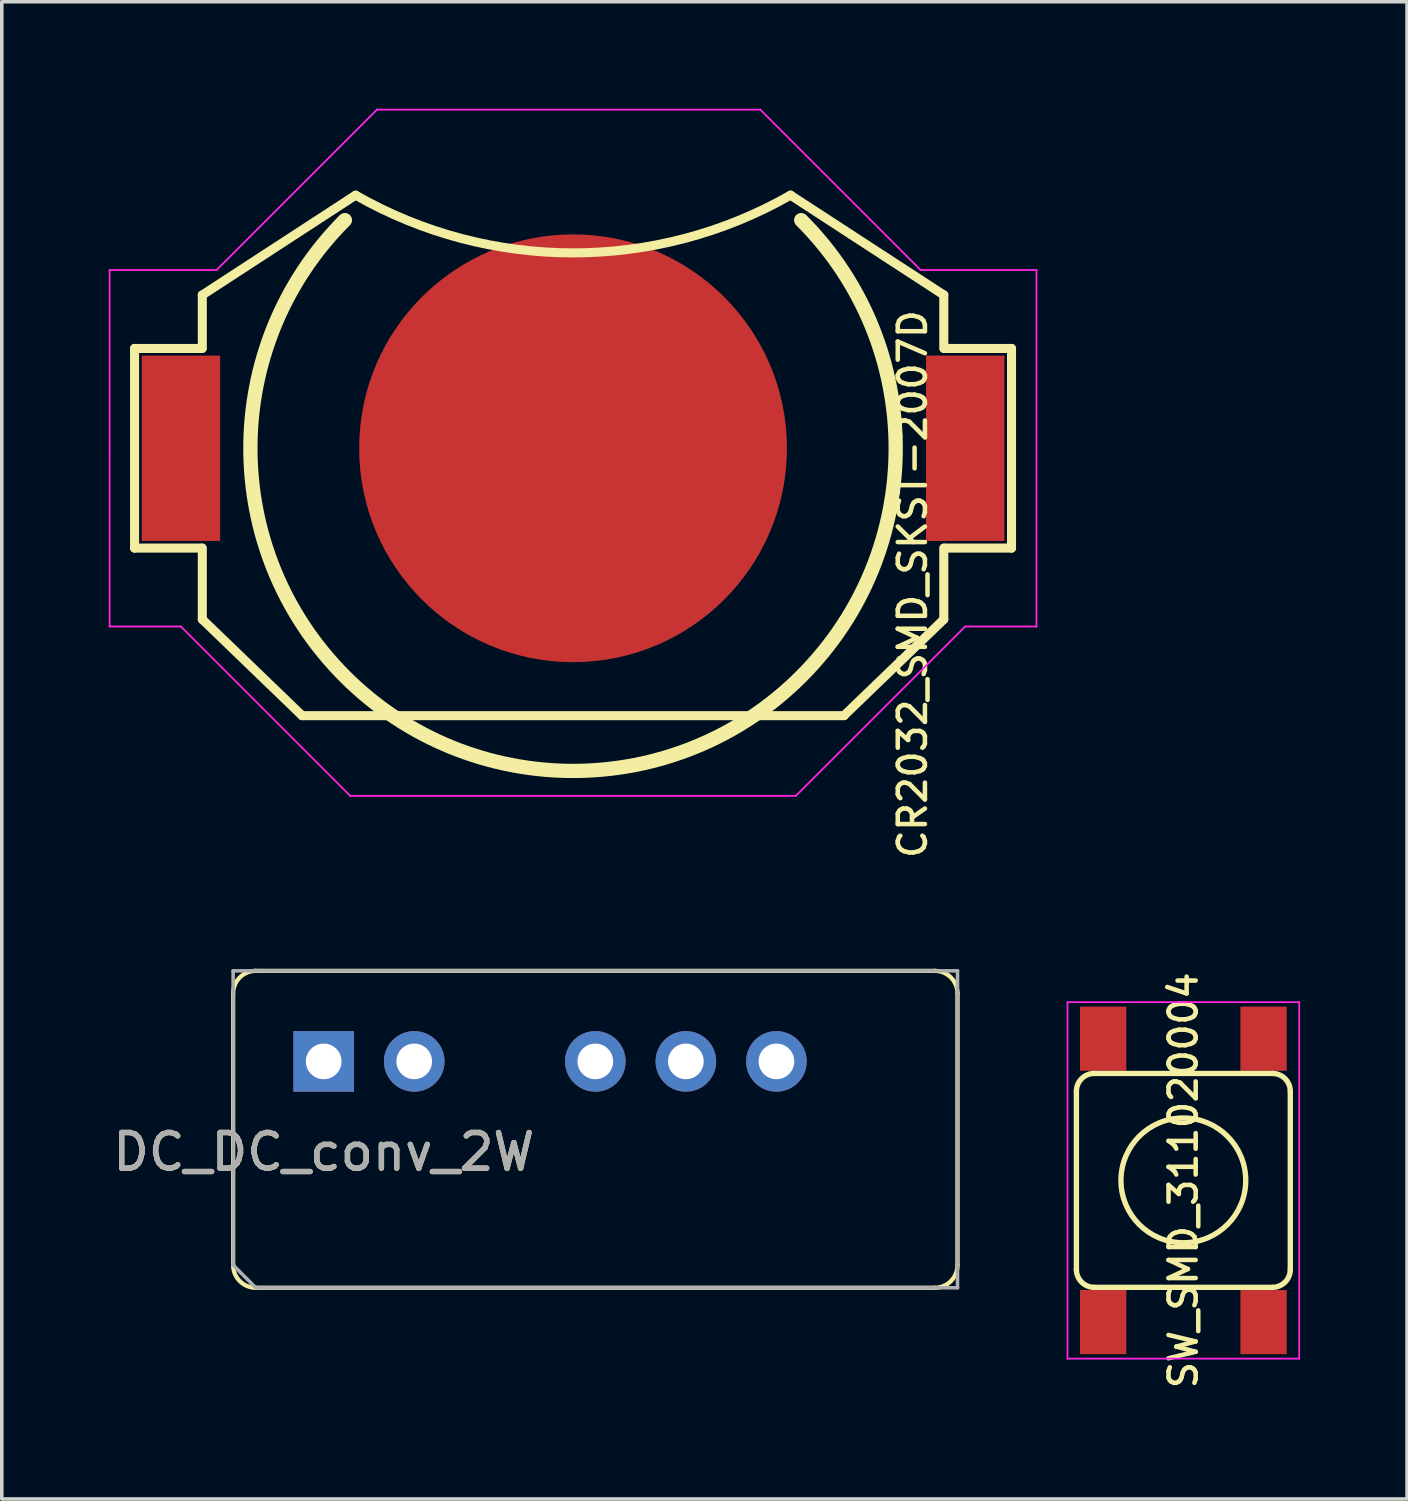
<source format=kicad_pcb>
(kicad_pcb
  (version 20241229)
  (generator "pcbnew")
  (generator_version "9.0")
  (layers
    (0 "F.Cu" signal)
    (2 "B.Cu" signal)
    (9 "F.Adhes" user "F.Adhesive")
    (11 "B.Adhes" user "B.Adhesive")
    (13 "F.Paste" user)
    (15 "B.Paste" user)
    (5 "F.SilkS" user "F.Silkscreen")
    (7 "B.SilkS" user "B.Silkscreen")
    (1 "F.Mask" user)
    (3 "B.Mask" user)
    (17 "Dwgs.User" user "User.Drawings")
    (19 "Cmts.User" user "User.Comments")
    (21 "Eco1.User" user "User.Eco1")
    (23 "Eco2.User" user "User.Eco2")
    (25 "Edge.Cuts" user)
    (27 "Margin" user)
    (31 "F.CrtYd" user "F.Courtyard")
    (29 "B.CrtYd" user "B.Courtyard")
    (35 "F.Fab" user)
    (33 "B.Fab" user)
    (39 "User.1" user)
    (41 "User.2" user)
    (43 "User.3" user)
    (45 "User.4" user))
  (footprint "SW_SMD_311020004"
    (layer "F.Cu")
    (at 30.145 30.062)
    (property "Reference" "SW_SMD_311020004" (at 0 0 270) (layer "F.SilkS") (effects (font (size 0.762 0.762) (thickness 0.127))))
    (attr smd)
    (fp_line (start -3 2.5) (end -3 -2.5) (stroke (width 0.15) (type solid)) (layer "F.SilkS"))
    (fp_line (start -2.5 -3) (end 2.5 -3) (stroke (width 0.15) (type solid)) (layer "F.SilkS"))
    (fp_line (start 2.5 3) (end -2.5 3) (stroke (width 0.15) (type solid)) (layer "F.SilkS"))
    (fp_line (start 3 -2.5) (end 3 2.5) (stroke (width 0.15) (type solid)) (layer "F.SilkS"))
    (fp_arc (start -3 -2.5) (mid -2.853553 -2.853553) (end -2.5 -3) (stroke (width 0.15) (type solid)) (layer "F.SilkS"))
    (fp_arc (start -2.5 3) (mid -2.853553 2.853553) (end -3 2.5) (stroke (width 0.15) (type solid)) (layer "F.SilkS"))
    (fp_arc (start 2.5 -3) (mid 2.853553 -2.853553) (end 3 -2.5) (stroke (width 0.15) (type solid)) (layer "F.SilkS"))
    (fp_arc (start 3 2.5) (mid 2.853553 2.853553) (end 2.5 3) (stroke (width 0.15) (type solid)) (layer "F.SilkS"))
    (fp_circle (center 0 0) (end -1.75 0) (stroke (width 0.15) (type solid)) (fill no) (layer "F.SilkS"))
    (fp_line (start -3.25 -5) (end -3.25 5) (stroke (width 0.05) (type solid)) (layer "F.CrtYd"))
    (fp_line (start -3.25 5) (end 3.25 5) (stroke (width 0.05) (type solid)) (layer "F.CrtYd"))
    (fp_line (start 3.25 -5) (end -3.25 -5) (stroke (width 0.05) (type solid)) (layer "F.CrtYd"))
    (fp_line (start 3.25 5) (end 3.25 -5) (stroke (width 0.05) (type solid)) (layer "F.CrtYd"))
    (pad "1" smd rect (at -2.25 -3.975 270) (size 1.8 1.3) (layers "F.Cu" "F.Mask" "F.Paste"))
    (pad "2" smd rect (at 2.25 -3.975 270) (size 1.8 1.3) (layers "F.Cu" "F.Mask" "F.Paste"))
    (pad "3" smd rect (at -2.25 3.975 270) (size 1.8 1.3) (layers "F.Cu" "F.Mask" "F.Paste"))
    (pad "4" smd rect (at 2.25 3.975 270) (size 1.8 1.3) (layers "F.Cu" "F.Mask" "F.Paste")))
  (footprint "CR2032_SMD_SKST-2007D"
    (layer "F.Cu")
    (at 13.025 9.525)
    (property "Reference" "CR2032_SMD_SKST-2007D" (at 9.525 3.81 270) (layer "F.SilkS") (effects (font (size 0.762 0.762) (thickness 0.127))))
    (attr smd)
    (fp_line (start -12.3 -2.8) (end -10.414 -2.8) (stroke (width 0.254) (type solid)) (layer "F.SilkS"))
    (fp_line (start -12.3 2.8) (end -12.3 -2.8) (stroke (width 0.254) (type solid)) (layer "F.SilkS"))
    (fp_line (start -10.414 2.8) (end -12.3 2.8) (stroke (width 0.254) (type solid)) (layer "F.SilkS"))
    (fp_line (start -10.4 -4.3) (end -6.1 -7.1) (stroke (width 0.254) (type solid)) (layer "F.SilkS"))
    (fp_line (start -10.4 -2.8) (end -10.4 -4.3) (stroke (width 0.254) (type solid)) (layer "F.SilkS"))
    (fp_line (start -10.4 4.8) (end -10.4 2.8) (stroke (width 0.254) (type solid)) (layer "F.SilkS"))
    (fp_line (start -7.6 7.5) (end -10.4 4.8) (stroke (width 0.254) (type solid)) (layer "F.SilkS"))
    (fp_line (start 7.6 7.5) (end -7.6 7.5) (stroke (width 0.254) (type solid)) (layer "F.SilkS"))
    (fp_line (start 7.6 7.5) (end 10.4 4.8) (stroke (width 0.254) (type solid)) (layer "F.SilkS"))
    (fp_line (start 10.4 -4.3) (end 6.1 -7.1) (stroke (width 0.254) (type solid)) (layer "F.SilkS"))
    (fp_line (start 10.4 -2.8) (end 10.4 -4.3) (stroke (width 0.254) (type solid)) (layer "F.SilkS"))
    (fp_line (start 10.4 2.8) (end 10.4 4.8) (stroke (width 0.254) (type solid)) (layer "F.SilkS"))
    (fp_line (start 10.414 2.8) (end 12.3 2.8) (stroke (width 0.254) (type solid)) (layer "F.SilkS"))
    (fp_line (start 12.3 -2.8) (end 10.414 -2.8) (stroke (width 0.254) (type solid)) (layer "F.SilkS"))
    (fp_line (start 12.3 2.8) (end 12.3 -2.8) (stroke (width 0.254) (type solid)) (layer "F.SilkS"))
    (fp_arc (start 6.102154 -7.101231) (mid 0.00124 -5.480716) (end -6.1 -7.1) (stroke (width 0.254) (type solid)) (layer "F.SilkS"))
    (fp_arc (start 6.4 -6.4) (mid 0 9.050967) (end -6.4 -6.4) (stroke (width 0.4) (type solid)) (layer "F.SilkS"))
    (fp_line (start -13 -5) (end -10 -5) (stroke (width 0.05) (type solid)) (layer "F.CrtYd"))
    (fp_line (start -13 0) (end -13 -5) (stroke (width 0.05) (type solid)) (layer "F.CrtYd"))
    (fp_line (start -13 5) (end -13 0) (stroke (width 0.05) (type solid)) (layer "F.CrtYd"))
    (fp_line (start -11 5) (end -13 5) (stroke (width 0.05) (type solid)) (layer "F.CrtYd"))
    (fp_line (start -10 -5) (end -5.5 -9.5) (stroke (width 0.05) (type solid)) (layer "F.CrtYd"))
    (fp_line (start -6.25 9.75) (end -11 5) (stroke (width 0.05) (type solid)) (layer "F.CrtYd"))
    (fp_line (start -5.5 -9.5) (end 5.25 -9.5) (stroke (width 0.05) (type solid)) (layer "F.CrtYd"))
    (fp_line (start 5.25 -9.5) (end 9.75 -5) (stroke (width 0.05) (type solid)) (layer "F.CrtYd"))
    (fp_line (start 6.25 9.75) (end -6.25 9.75) (stroke (width 0.05) (type solid)) (layer "F.CrtYd"))
    (fp_line (start 9.75 -5) (end 13 -5) (stroke (width 0.05) (type solid)) (layer "F.CrtYd"))
    (fp_line (start 11 5) (end 6.25 9.75) (stroke (width 0.05) (type solid)) (layer "F.CrtYd"))
    (fp_line (start 13 -5) (end 13 5) (stroke (width 0.05) (type solid)) (layer "F.CrtYd"))
    (fp_line (start 13 5) (end 11 5) (stroke (width 0.05) (type solid)) (layer "F.CrtYd"))
    (pad "1" smd rect (at -11 0) (size 2.2 5.2) (layers "F.Cu" "F.Mask" "F.Paste"))
    (pad "1" smd rect (at 11 0) (size 2.2 5.2) (layers "F.Cu" "F.Mask" "F.Paste"))
    (pad "2" smd circle (at 0 0) (size 12 12) (layers "F.Cu" "F.Mask")))
  (footprint "DC_DC_conv_2W"
    (layer "F.Cu")
    (at 6.03 26.724)
    (property "Reference" "DC_DC_conv_2W" (at 0 2.54 180) (layer "F.SilkS") (effects (font (size 1 1) (thickness 0.15))))
    (attr through_hole)
    (fp_line (start -2.54 -1.905) (end -2.54 5.715) (stroke (width 0.12) (type solid)) (layer "F.SilkS"))
    (fp_line (start -1.905 6.35) (end 17.145 6.35) (stroke (width 0.12) (type solid)) (layer "F.SilkS"))
    (fp_line (start 17.145 -2.54) (end -1.905 -2.54) (stroke (width 0.12) (type solid)) (layer "F.SilkS"))
    (fp_line (start 17.78 5.715) (end 17.78 -1.905) (stroke (width 0.12) (type solid)) (layer "F.SilkS"))
    (fp_arc (start -2.54 -1.905) (mid -2.354013 -2.354013) (end -1.905 -2.54) (stroke (width 0.12) (type solid)) (layer "F.SilkS"))
    (fp_arc (start -1.905 6.35) (mid -2.354013 6.164013) (end -2.54 5.715) (stroke (width 0.12) (type solid)) (layer "F.SilkS"))
    (fp_arc (start 17.145 -2.54) (mid 17.594013 -2.354013) (end 17.78 -1.905) (stroke (width 0.12) (type solid)) (layer "F.SilkS"))
    (fp_arc (start 17.78 5.715) (mid 17.594013 6.164013) (end 17.145 6.35) (stroke (width 0.12) (type solid)) (layer "F.SilkS"))
    (fp_line (start -2.54 -2.54) (end 17.78 -2.54) (stroke (width 0.1) (type solid)) (layer "F.Fab"))
    (fp_line (start -2.54 5.715) (end -2.54 -2.54) (stroke (width 0.1) (type solid)) (layer "F.Fab"))
    (fp_line (start -2.54 5.715) (end -1.905 6.35) (stroke (width 0.1) (type solid)) (layer "F.Fab"))
    (fp_line (start 17.78 -2.54) (end 17.78 6.35) (stroke (width 0.1) (type solid)) (layer "F.Fab"))
    (fp_line (start 17.78 6.35) (end -1.905 6.35) (stroke (width 0.1) (type solid)) (layer "F.Fab"))
    (fp_text user "${REFERENCE}" (at 0 2.54 0) (layer "F.Fab") (effects (font (size 1 1) (thickness 0.15))))
    (pad "GND" thru_hole oval (at 7.62 0 90) (size 1.7 1.7) (drill 1) (layers "*.Cu" "*.Mask"))
    (pad "GNDPWR" thru_hole oval (at 2.54 0 90) (size 1.7 1.7) (drill 1) (layers "*.Cu" "*.Mask"))
    (pad "NC" thru_hole oval (at 10.16 0 90) (size 1.7 1.7) (drill 1) (layers "*.Cu" "*.Mask"))
    (pad "VIN" thru_hole rect (at 0 0 90) (size 1.7 1.7) (drill 1) (layers "*.Cu" "*.Mask"))
    (pad "VO" thru_hole oval (at 12.7 0 90) (size 1.7 1.7) (drill 1) (layers "*.Cu" "*.Mask")))
  (gr_rect
    (start -3 -3)
    (end 36.42 39)
    (stroke (width 0.1) (type default))
    (fill no)
    (layer "Edge.Cuts")))
</source>
